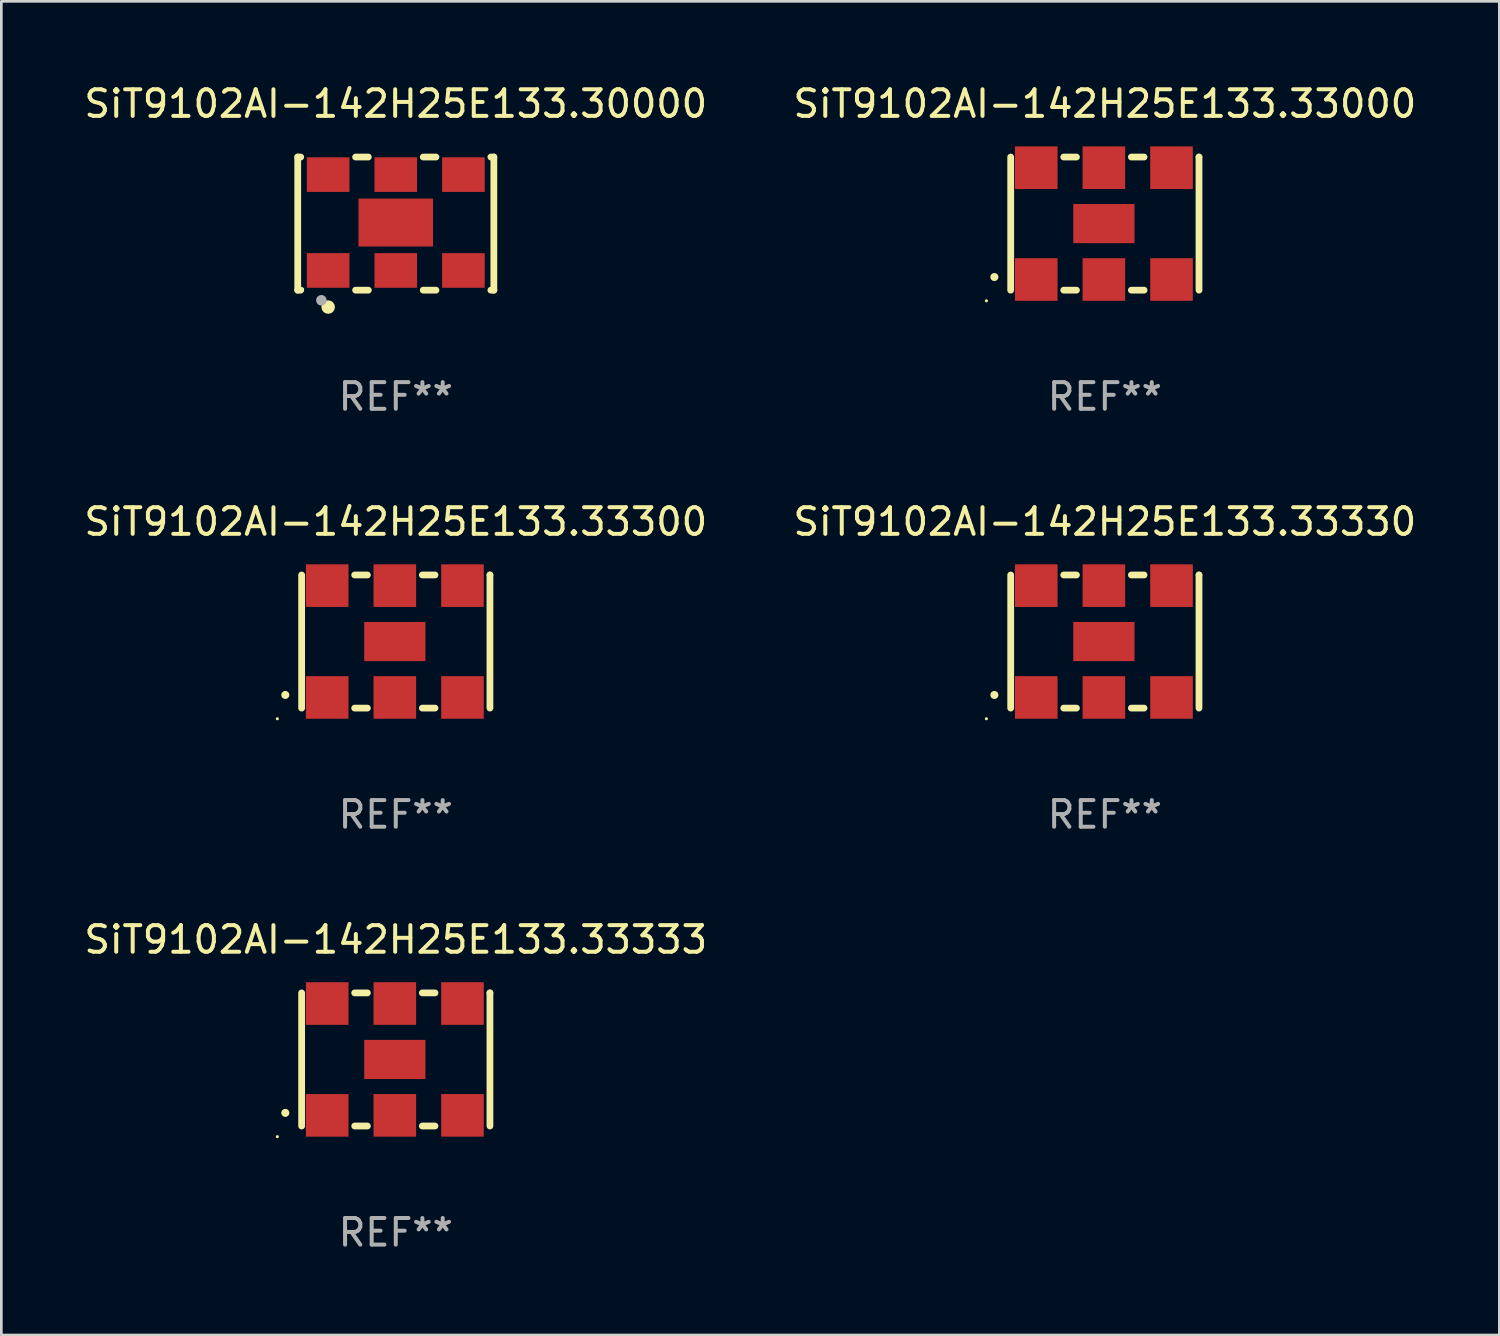
<source format=kicad_pcb>
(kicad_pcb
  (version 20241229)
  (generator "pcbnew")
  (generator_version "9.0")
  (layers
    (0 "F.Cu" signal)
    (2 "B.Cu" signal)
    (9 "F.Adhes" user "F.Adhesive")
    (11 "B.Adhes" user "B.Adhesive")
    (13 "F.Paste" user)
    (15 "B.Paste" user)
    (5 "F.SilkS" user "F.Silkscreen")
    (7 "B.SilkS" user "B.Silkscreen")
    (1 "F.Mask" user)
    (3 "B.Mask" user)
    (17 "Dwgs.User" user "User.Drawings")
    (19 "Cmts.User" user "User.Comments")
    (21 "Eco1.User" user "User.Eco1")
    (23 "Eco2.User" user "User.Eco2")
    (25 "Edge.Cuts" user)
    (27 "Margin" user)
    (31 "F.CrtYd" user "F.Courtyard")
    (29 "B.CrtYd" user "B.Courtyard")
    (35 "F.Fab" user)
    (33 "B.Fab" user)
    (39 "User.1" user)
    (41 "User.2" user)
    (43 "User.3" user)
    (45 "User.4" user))
  (footprint "SiT9102AI-142H25E133.30000"
    (layer "F.Cu")
    (at 11.815 5.348)
    (property "Reference" "SiT9102AI-142H25E133.30000" (at 0 -4.5 0) (layer "F.SilkS") (effects (font (size 1 1) (thickness 0.15))))
    (attr through_hole)
    (fp_line (start -3.683 -2.5) (end -3.571 -2.5) (stroke (width 0.254) (type solid)) (layer "F.SilkS"))
    (fp_line (start -3.683 2.5) (end -3.683 -2.5) (stroke (width 0.254) (type solid)) (layer "F.SilkS"))
    (fp_line (start -3.683 2.5) (end -3.571 2.5) (stroke (width 0.254) (type solid)) (layer "F.SilkS"))
    (fp_line (start -1.509 -2.5) (end -1.031 -2.5) (stroke (width 0.254) (type solid)) (layer "F.SilkS"))
    (fp_line (start -1.509 2.5) (end -1.031 2.5) (stroke (width 0.254) (type solid)) (layer "F.SilkS"))
    (fp_line (start 1.031 -2.5) (end 1.509 -2.5) (stroke (width 0.254) (type solid)) (layer "F.SilkS"))
    (fp_line (start 1.031 2.5) (end 1.509 2.5) (stroke (width 0.254) (type solid)) (layer "F.SilkS"))
    (fp_line (start 3.571 -2.5) (end 3.683 -2.5) (stroke (width 0.254) (type solid)) (layer "F.SilkS"))
    (fp_line (start 3.571 2.5) (end 3.683 2.5) (stroke (width 0.254) (type solid)) (layer "F.SilkS"))
    (fp_line (start 3.683 2.5) (end 3.683 -2.5) (stroke (width 0.254) (type solid)) (layer "F.SilkS"))
    (fp_circle (center -3.5 2.46) (end -3.47 2.46) (stroke (width 0.06) (type solid)) (fill no) (layer "F.SilkS"))
    (fp_circle (center -2.54 3.135) (end -2.413 3.135) (stroke (width 0.254) (type solid)) (fill no) (layer "F.SilkS"))
    (fp_circle (center -2.794 2.881) (end -2.694 2.881) (stroke (width 0.2) (type solid)) (fill no) (layer "F.Fab"))
    (fp_text user "REF**" (at 0 6.5 0) (layer "F.Fab") (effects (font (size 1 1) (thickness 0.15))))
    (pad "1" smd rect (at -2.54 1.76) (size 1.6 1.3) (layers "F.Cu" "F.Mask" "F.Paste"))
    (pad "2" smd rect (at 0 1.76) (size 1.6 1.3) (layers "F.Cu" "F.Mask" "F.Paste"))
    (pad "3" smd rect (at 2.54 1.76) (size 1.6 1.3) (layers "F.Cu" "F.Mask" "F.Paste"))
    (pad "4" smd rect (at 2.54 -1.84) (size 1.6 1.3) (layers "F.Cu" "F.Mask" "F.Paste"))
    (pad "5" smd rect (at 0 -1.84) (size 1.6 1.3) (layers "F.Cu" "F.Mask" "F.Paste"))
    (pad "6" smd rect (at -2.54 -1.84) (size 1.6 1.3) (layers "F.Cu" "F.Mask" "F.Paste"))
    (pad "7" smd rect (at 0 -0.04) (size 2.8 1.8) (layers "F.Cu" "F.Mask" "F.Paste")))
  (footprint "SiT9102AI-142H25E133.33000"
    (layer "F.Cu")
    (at 38.446 5.348)
    (property "Reference" "SiT9102AI-142H25E133.33000" (at 0 -4.5 0) (layer "F.SilkS") (effects (font (size 1 1) (thickness 0.15))))
    (attr through_hole)
    (fp_line (start -3.536 -2.5) (end -3.536 2.5) (stroke (width 0.254) (type solid)) (layer "F.SilkS"))
    (fp_line (start -1.544 2.5) (end -1.067 2.5) (stroke (width 0.254) (type solid)) (layer "F.SilkS"))
    (fp_line (start -1.067 -2.5) (end -1.544 -2.5) (stroke (width 0.254) (type solid)) (layer "F.SilkS"))
    (fp_line (start 0.996 2.5) (end 1.473 2.5) (stroke (width 0.254) (type solid)) (layer "F.SilkS"))
    (fp_line (start 1.473 -2.5) (end 0.996 -2.5) (stroke (width 0.254) (type solid)) (layer "F.SilkS"))
    (fp_line (start 3.536 -2.5) (end 3.536 -2.5) (stroke (width 0.254) (type solid)) (layer "F.SilkS"))
    (fp_line (start 3.536 2.5) (end 3.536 -2.5) (stroke (width 0.254) (type solid)) (layer "F.SilkS"))
    (fp_arc (start -4.150432 2.006604) (mid -4.149162 2.006599) (end -4.147892 2.006604) (stroke (width 0.3) (type solid)) (layer "F.SilkS"))
    (fp_circle (center -4.449 2.9) (end -4.419 2.9) (stroke (width 0.06) (type solid)) (fill no) (layer "F.SilkS"))
    (fp_text user "REF**" (at 0 6.5 0) (layer "F.Fab") (effects (font (size 1 1) (thickness 0.15))))
    (pad "1" smd rect (at -2.576 2.1) (size 1.6 1.6) (layers "F.Cu" "F.Mask" "F.Paste"))
    (pad "2" smd rect (at -0.036 2.1) (size 1.6 1.6) (layers "F.Cu" "F.Mask" "F.Paste"))
    (pad "3" smd rect (at 2.504 2.1) (size 1.6 1.6) (layers "F.Cu" "F.Mask" "F.Paste"))
    (pad "4" smd rect (at 2.504 -2.1) (size 1.6 1.6) (layers "F.Cu" "F.Mask" "F.Paste"))
    (pad "5" smd rect (at -0.036 -2.1) (size 1.6 1.6) (layers "F.Cu" "F.Mask" "F.Paste"))
    (pad "6" smd rect (at -2.576 -2.1) (size 1.6 1.6) (layers "F.Cu" "F.Mask" "F.Paste"))
    (pad "7" smd rect (at -0.036 0) (size 2.3 1.47) (layers "F.Cu" "F.Mask" "F.Paste")))
  (footprint "SiT9102AI-142H25E133.33333"
    (layer "F.Cu")
    (at 11.815 36.741)
    (property "Reference" "SiT9102AI-142H25E133.33333" (at 0 -4.5 0) (layer "F.SilkS") (effects (font (size 1 1) (thickness 0.15))))
    (attr through_hole)
    (fp_line (start -3.536 -2.5) (end -3.536 2.5) (stroke (width 0.254) (type solid)) (layer "F.SilkS"))
    (fp_line (start -1.544 2.5) (end -1.067 2.5) (stroke (width 0.254) (type solid)) (layer "F.SilkS"))
    (fp_line (start -1.067 -2.5) (end -1.544 -2.5) (stroke (width 0.254) (type solid)) (layer "F.SilkS"))
    (fp_line (start 0.996 2.5) (end 1.473 2.5) (stroke (width 0.254) (type solid)) (layer "F.SilkS"))
    (fp_line (start 1.473 -2.5) (end 0.996 -2.5) (stroke (width 0.254) (type solid)) (layer "F.SilkS"))
    (fp_line (start 3.536 -2.5) (end 3.536 -2.5) (stroke (width 0.254) (type solid)) (layer "F.SilkS"))
    (fp_line (start 3.536 2.5) (end 3.536 -2.5) (stroke (width 0.254) (type solid)) (layer "F.SilkS"))
    (fp_arc (start -4.150432 2.006604) (mid -4.149162 2.006599) (end -4.147892 2.006604) (stroke (width 0.3) (type solid)) (layer "F.SilkS"))
    (fp_circle (center -4.449 2.9) (end -4.419 2.9) (stroke (width 0.06) (type solid)) (fill no) (layer "F.SilkS"))
    (fp_text user "REF**" (at 0 6.5 0) (layer "F.Fab") (effects (font (size 1 1) (thickness 0.15))))
    (pad "1" smd rect (at -2.576 2.1) (size 1.6 1.6) (layers "F.Cu" "F.Mask" "F.Paste"))
    (pad "2" smd rect (at -0.036 2.1) (size 1.6 1.6) (layers "F.Cu" "F.Mask" "F.Paste"))
    (pad "3" smd rect (at 2.504 2.1) (size 1.6 1.6) (layers "F.Cu" "F.Mask" "F.Paste"))
    (pad "4" smd rect (at 2.504 -2.1) (size 1.6 1.6) (layers "F.Cu" "F.Mask" "F.Paste"))
    (pad "5" smd rect (at -0.036 -2.1) (size 1.6 1.6) (layers "F.Cu" "F.Mask" "F.Paste"))
    (pad "6" smd rect (at -2.576 -2.1) (size 1.6 1.6) (layers "F.Cu" "F.Mask" "F.Paste"))
    (pad "7" smd rect (at -0.036 0) (size 2.3 1.47) (layers "F.Cu" "F.Mask" "F.Paste")))
  (footprint "SiT9102AI-142H25E133.33330"
    (layer "F.Cu")
    (at 38.446 21.045)
    (property "Reference" "SiT9102AI-142H25E133.33330" (at 0 -4.5 0) (layer "F.SilkS") (effects (font (size 1 1) (thickness 0.15))))
    (attr through_hole)
    (fp_line (start -3.536 -2.5) (end -3.536 2.5) (stroke (width 0.254) (type solid)) (layer "F.SilkS"))
    (fp_line (start -1.544 2.5) (end -1.067 2.5) (stroke (width 0.254) (type solid)) (layer "F.SilkS"))
    (fp_line (start -1.067 -2.5) (end -1.544 -2.5) (stroke (width 0.254) (type solid)) (layer "F.SilkS"))
    (fp_line (start 0.996 2.5) (end 1.473 2.5) (stroke (width 0.254) (type solid)) (layer "F.SilkS"))
    (fp_line (start 1.473 -2.5) (end 0.996 -2.5) (stroke (width 0.254) (type solid)) (layer "F.SilkS"))
    (fp_line (start 3.536 -2.5) (end 3.536 -2.5) (stroke (width 0.254) (type solid)) (layer "F.SilkS"))
    (fp_line (start 3.536 2.5) (end 3.536 -2.5) (stroke (width 0.254) (type solid)) (layer "F.SilkS"))
    (fp_arc (start -4.150432 2.006604) (mid -4.149162 2.006599) (end -4.147892 2.006604) (stroke (width 0.3) (type solid)) (layer "F.SilkS"))
    (fp_circle (center -4.449 2.9) (end -4.419 2.9) (stroke (width 0.06) (type solid)) (fill no) (layer "F.SilkS"))
    (fp_text user "REF**" (at 0 6.5 0) (layer "F.Fab") (effects (font (size 1 1) (thickness 0.15))))
    (pad "1" smd rect (at -2.576 2.1) (size 1.6 1.6) (layers "F.Cu" "F.Mask" "F.Paste"))
    (pad "2" smd rect (at -0.036 2.1) (size 1.6 1.6) (layers "F.Cu" "F.Mask" "F.Paste"))
    (pad "3" smd rect (at 2.504 2.1) (size 1.6 1.6) (layers "F.Cu" "F.Mask" "F.Paste"))
    (pad "4" smd rect (at 2.504 -2.1) (size 1.6 1.6) (layers "F.Cu" "F.Mask" "F.Paste"))
    (pad "5" smd rect (at -0.036 -2.1) (size 1.6 1.6) (layers "F.Cu" "F.Mask" "F.Paste"))
    (pad "6" smd rect (at -2.576 -2.1) (size 1.6 1.6) (layers "F.Cu" "F.Mask" "F.Paste"))
    (pad "7" smd rect (at -0.036 0) (size 2.3 1.47) (layers "F.Cu" "F.Mask" "F.Paste")))
  (footprint "SiT9102AI-142H25E133.33300"
    (layer "F.Cu")
    (at 11.815 21.045)
    (property "Reference" "SiT9102AI-142H25E133.33300" (at 0 -4.5 0) (layer "F.SilkS") (effects (font (size 1 1) (thickness 0.15))))
    (attr through_hole)
    (fp_line (start -3.536 -2.5) (end -3.536 2.5) (stroke (width 0.254) (type solid)) (layer "F.SilkS"))
    (fp_line (start -1.544 2.5) (end -1.067 2.5) (stroke (width 0.254) (type solid)) (layer "F.SilkS"))
    (fp_line (start -1.067 -2.5) (end -1.544 -2.5) (stroke (width 0.254) (type solid)) (layer "F.SilkS"))
    (fp_line (start 0.996 2.5) (end 1.473 2.5) (stroke (width 0.254) (type solid)) (layer "F.SilkS"))
    (fp_line (start 1.473 -2.5) (end 0.996 -2.5) (stroke (width 0.254) (type solid)) (layer "F.SilkS"))
    (fp_line (start 3.536 -2.5) (end 3.536 -2.5) (stroke (width 0.254) (type solid)) (layer "F.SilkS"))
    (fp_line (start 3.536 2.5) (end 3.536 -2.5) (stroke (width 0.254) (type solid)) (layer "F.SilkS"))
    (fp_arc (start -4.150432 2.006604) (mid -4.149162 2.006599) (end -4.147892 2.006604) (stroke (width 0.3) (type solid)) (layer "F.SilkS"))
    (fp_circle (center -4.449 2.9) (end -4.419 2.9) (stroke (width 0.06) (type solid)) (fill no) (layer "F.SilkS"))
    (fp_text user "REF**" (at 0 6.5 0) (layer "F.Fab") (effects (font (size 1 1) (thickness 0.15))))
    (pad "1" smd rect (at -2.576 2.1) (size 1.6 1.6) (layers "F.Cu" "F.Mask" "F.Paste"))
    (pad "2" smd rect (at -0.036 2.1) (size 1.6 1.6) (layers "F.Cu" "F.Mask" "F.Paste"))
    (pad "3" smd rect (at 2.504 2.1) (size 1.6 1.6) (layers "F.Cu" "F.Mask" "F.Paste"))
    (pad "4" smd rect (at 2.504 -2.1) (size 1.6 1.6) (layers "F.Cu" "F.Mask" "F.Paste"))
    (pad "5" smd rect (at -0.036 -2.1) (size 1.6 1.6) (layers "F.Cu" "F.Mask" "F.Paste"))
    (pad "6" smd rect (at -2.576 -2.1) (size 1.6 1.6) (layers "F.Cu" "F.Mask" "F.Paste"))
    (pad "7" smd rect (at -0.036 0) (size 2.3 1.47) (layers "F.Cu" "F.Mask" "F.Paste")))
  (gr_rect
    (start -3 -3)
    (end 53.262 47.09)
    (stroke (width 0.1) (type default))
    (fill no)
    (layer "Edge.Cuts")))
</source>
